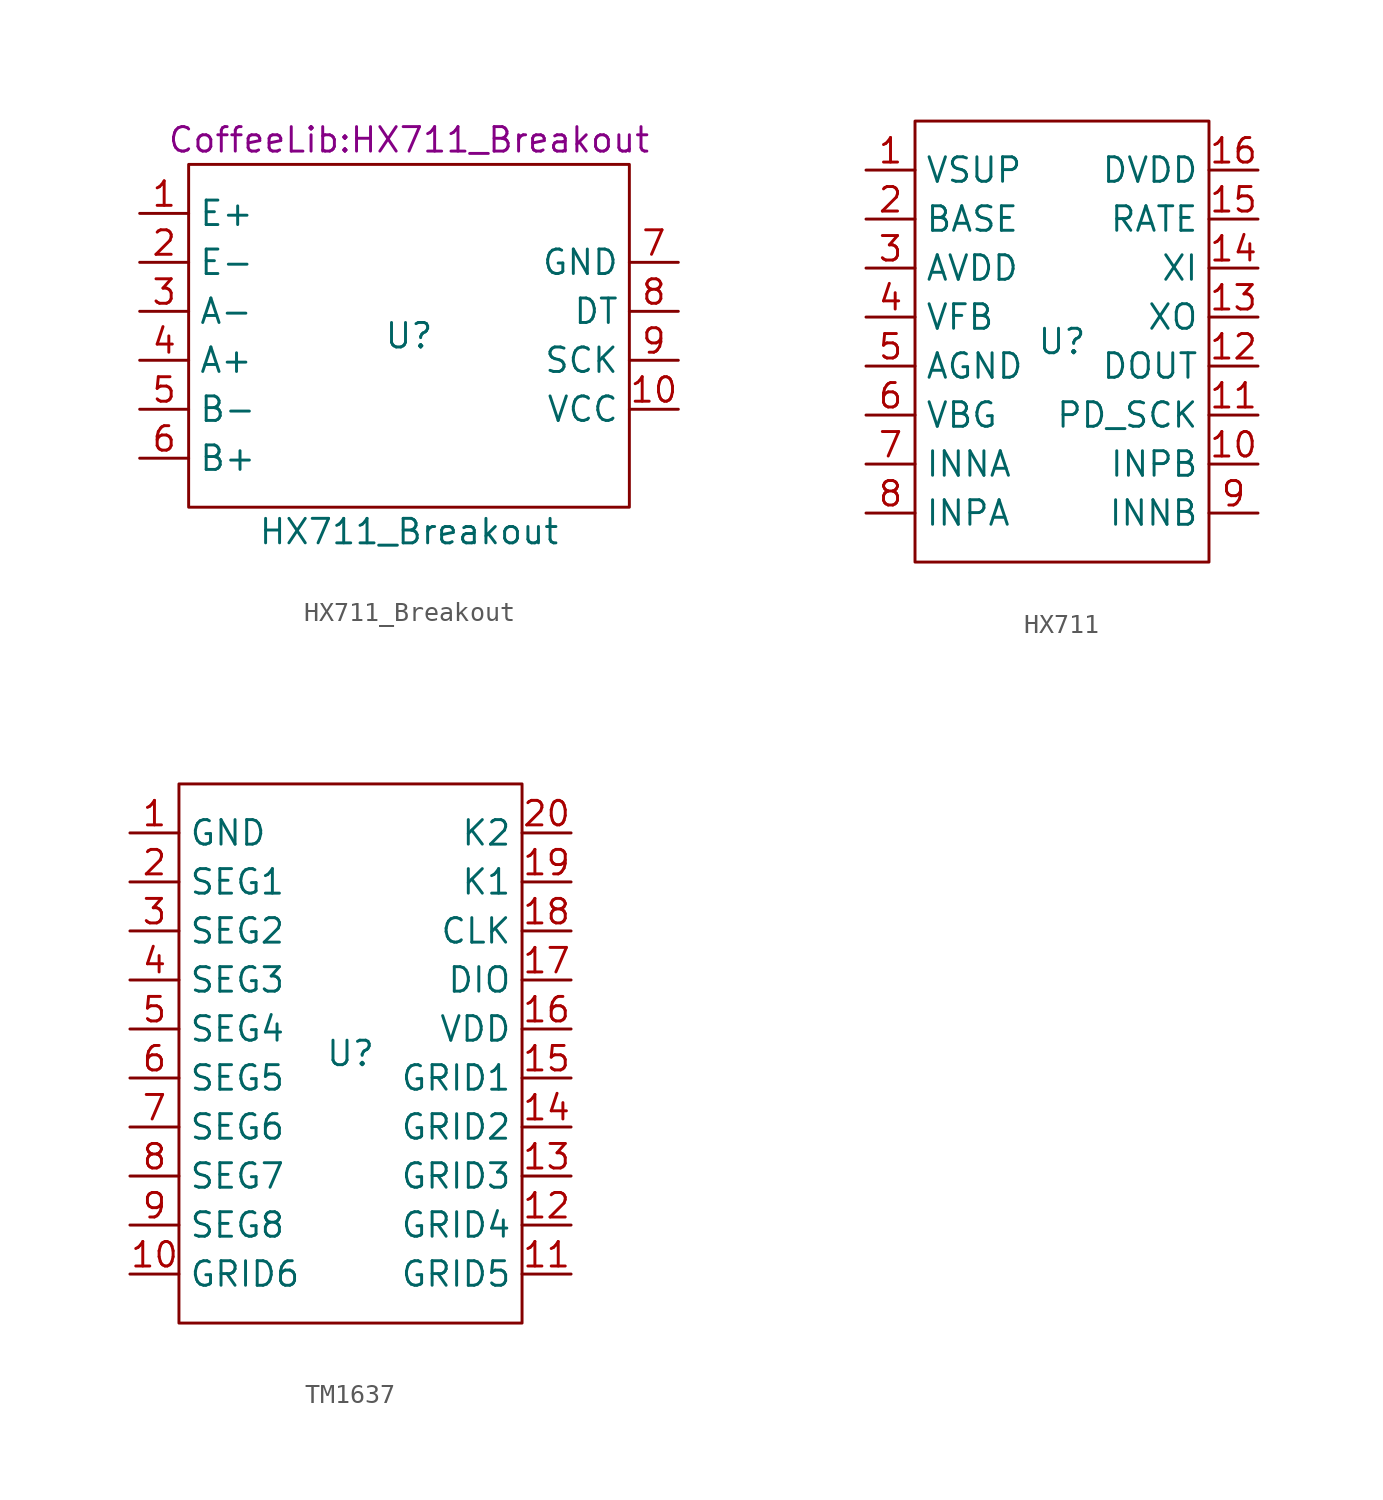
<source format=kicad_sym>
(kicad_symbol_lib
  (version 20231120)
  (generator "kicad_symbol_editor")
  (generator_version "8.0")
  (symbol "HX711_Breakout"
    (property "Reference" "U"
      (at 0 0 0)
      (effects (font (size 1.27 1.27))))
    (property "Value" "HX711_Breakout"
      (at 0 -10.16 0)
      (effects (font (size 1.27 1.27))))
    (property "Footprint" "CoffeeLib:HX711_Breakout"
      (at 0 10.16 0)
      (effects (font (size 1.27 1.27))))
    (symbol "HX711_Breakout_0_1"
      (rectangle (start -11.43 8.89) (end 11.43 -8.89) (stroke (width 0) (type default)) (fill (type none))))
    (symbol "HX711_Breakout_1_1"
      (pin power_out line (at -13.97 6.35 0) (length 2.54) (name "E+" (effects (font (size 1.27 1.27)))) (number "1" (effects (font (size 1.27 1.27)))))
      (pin power_in line (at 13.97 -3.81 180) (length 2.54) (name "VCC" (effects (font (size 1.27 1.27)))) (number "10" (effects (font (size 1.27 1.27)))))
      (pin power_out line (at -13.97 3.81 0) (length 2.54) (name "E-" (effects (font (size 1.27 1.27)))) (number "2" (effects (font (size 1.27 1.27)))))
      (pin input line (at -13.97 1.27 0) (length 2.54) (name "A-" (effects (font (size 1.27 1.27)))) (number "3" (effects (font (size 1.27 1.27)))))
      (pin input line (at -13.97 -1.27 0) (length 2.54) (name "A+" (effects (font (size 1.27 1.27)))) (number "4" (effects (font (size 1.27 1.27)))))
      (pin input line (at -13.97 -3.81 0) (length 2.54) (name "B-" (effects (font (size 1.27 1.27)))) (number "5" (effects (font (size 1.27 1.27)))))
      (pin input line (at -13.97 -6.35 0) (length 2.54) (name "B+" (effects (font (size 1.27 1.27)))) (number "6" (effects (font (size 1.27 1.27)))))
      (pin power_in line (at 13.97 3.81 180) (length 2.54) (name "GND" (effects (font (size 1.27 1.27)))) (number "7" (effects (font (size 1.27 1.27)))))
      (pin bidirectional line (at 13.97 1.27 180) (length 2.54) (name "DT" (effects (font (size 1.27 1.27)))) (number "8" (effects (font (size 1.27 1.27)))))
      (pin input line (at 13.97 -1.27 180) (length 2.54) (name "SCK" (effects (font (size 1.27 1.27)))) (number "9" (effects (font (size 1.27 1.27)))))))
  (symbol "HX711"
    (property "Reference" "U"
      (at 0 0 0)
      (effects (font (size 1.27 1.27))))
    (property "Value" ""
      (at 0 0 0)
      (effects (font (size 1.27 1.27))))
    (symbol "HX711_0_1"
      (rectangle (start -7.62 11.43) (end 7.62 -11.43) (stroke (width 0) (type default)) (fill (type none))))
    (symbol "HX711_1_1"
      (pin power_in line (at -10.16 8.89 0) (length 2.54) (name "VSUP" (effects (font (size 1.27 1.27)))) (number "1" (effects (font (size 1.27 1.27)))))
      (pin input line (at 10.16 -6.35 180) (length 2.54) (name "INPB" (effects (font (size 1.27 1.27)))) (number "10" (effects (font (size 1.27 1.27)))))
      (pin input line (at 10.16 -3.81 180) (length 2.54) (name "PD_SCK" (effects (font (size 1.27 1.27)))) (number "11" (effects (font (size 1.27 1.27)))))
      (pin output line (at 10.16 -1.27 180) (length 2.54) (name "DOUT" (effects (font (size 1.27 1.27)))) (number "12" (effects (font (size 1.27 1.27)))))
      (pin bidirectional line (at 10.16 1.27 180) (length 2.54) (name "XO" (effects (font (size 1.27 1.27)))) (number "13" (effects (font (size 1.27 1.27)))))
      (pin input line (at 10.16 3.81 180) (length 2.54) (name "XI" (effects (font (size 1.27 1.27)))) (number "14" (effects (font (size 1.27 1.27)))))
      (pin input line (at 10.16 6.35 180) (length 2.54) (name "RATE" (effects (font (size 1.27 1.27)))) (number "15" (effects (font (size 1.27 1.27)))))
      (pin power_in line (at 10.16 8.89 180) (length 2.54) (name "DVDD" (effects (font (size 1.27 1.27)))) (number "16" (effects (font (size 1.27 1.27)))))
      (pin output line (at -10.16 6.35 0) (length 2.54) (name "BASE" (effects (font (size 1.27 1.27)))) (number "2" (effects (font (size 1.27 1.27)))))
      (pin power_out line (at -10.16 3.81 0) (length 2.54) (name "AVDD" (effects (font (size 1.27 1.27)))) (number "3" (effects (font (size 1.27 1.27)))))
      (pin input line (at -10.16 1.27 0) (length 2.54) (name "VFB" (effects (font (size 1.27 1.27)))) (number "4" (effects (font (size 1.27 1.27)))))
      (pin power_out line (at -10.16 -1.27 0) (length 2.54) (name "AGND" (effects (font (size 1.27 1.27)))) (number "5" (effects (font (size 1.27 1.27)))))
      (pin input line (at -10.16 -3.81 0) (length 2.54) (name "VBG" (effects (font (size 1.27 1.27)))) (number "6" (effects (font (size 1.27 1.27)))))
      (pin input line (at -10.16 -6.35 0) (length 2.54) (name "INNA" (effects (font (size 1.27 1.27)))) (number "7" (effects (font (size 1.27 1.27)))))
      (pin input line (at -10.16 -8.89 0) (length 2.54) (name "INPA" (effects (font (size 1.27 1.27)))) (number "8" (effects (font (size 1.27 1.27)))))
      (pin input line (at 10.16 -8.89 180) (length 2.54) (name "INNB" (effects (font (size 1.27 1.27)))) (number "9" (effects (font (size 1.27 1.27)))))))
  (symbol "TM1637"
    (property "Reference" "U"
      (at 0 0 0)
      (effects (font (size 1.27 1.27))))
    (property "Value" ""
      (at 0 0 0)
      (effects (font (size 1.27 1.27))))
    (symbol "TM1637_0_1"
      (rectangle (start -8.89 13.97) (end 8.89 -13.97) (stroke (width 0) (type default)) (fill (type none))))
    (symbol "TM1637_1_1"
      (pin power_in line (at -11.43 11.43 0) (length 2.54) (name "GND" (effects (font (size 1.27 1.27)))) (number "1" (effects (font (size 1.27 1.27)))))
      (pin output line (at -11.43 -11.43 0) (length 2.54) (name "GRID6" (effects (font (size 1.27 1.27)))) (number "10" (effects (font (size 1.27 1.27)))))
      (pin output line (at 11.43 -11.43 180) (length 2.54) (name "GRID5" (effects (font (size 1.27 1.27)))) (number "11" (effects (font (size 1.27 1.27)))))
      (pin output line (at 11.43 -8.89 180) (length 2.54) (name "GRID4" (effects (font (size 1.27 1.27)))) (number "12" (effects (font (size 1.27 1.27)))))
      (pin output line (at 11.43 -6.35 180) (length 2.54) (name "GRID3" (effects (font (size 1.27 1.27)))) (number "13" (effects (font (size 1.27 1.27)))))
      (pin output line (at 11.43 -3.81 180) (length 2.54) (name "GRID2" (effects (font (size 1.27 1.27)))) (number "14" (effects (font (size 1.27 1.27)))))
      (pin output line (at 11.43 -1.27 180) (length 2.54) (name "GRID1" (effects (font (size 1.27 1.27)))) (number "15" (effects (font (size 1.27 1.27)))))
      (pin power_in line (at 11.43 1.27 180) (length 2.54) (name "VDD" (effects (font (size 1.27 1.27)))) (number "16" (effects (font (size 1.27 1.27)))))
      (pin bidirectional line (at 11.43 3.81 180) (length 2.54) (name "DIO" (effects (font (size 1.27 1.27)))) (number "17" (effects (font (size 1.27 1.27)))))
      (pin bidirectional line (at 11.43 6.35 180) (length 2.54) (name "CLK" (effects (font (size 1.27 1.27)))) (number "18" (effects (font (size 1.27 1.27)))))
      (pin input line (at 11.43 8.89 180) (length 2.54) (name "K1" (effects (font (size 1.27 1.27)))) (number "19" (effects (font (size 1.27 1.27)))))
      (pin output line (at -11.43 8.89 0) (length 2.54) (name "SEG1" (effects (font (size 1.27 1.27)))) (number "2" (effects (font (size 1.27 1.27)))))
      (pin input line (at 11.43 11.43 180) (length 2.54) (name "K2" (effects (font (size 1.27 1.27)))) (number "20" (effects (font (size 1.27 1.27)))))
      (pin output line (at -11.43 6.35 0) (length 2.54) (name "SEG2" (effects (font (size 1.27 1.27)))) (number "3" (effects (font (size 1.27 1.27)))))
      (pin output line (at -11.43 3.81 0) (length 2.54) (name "SEG3" (effects (font (size 1.27 1.27)))) (number "4" (effects (font (size 1.27 1.27)))))
      (pin output line (at -11.43 1.27 0) (length 2.54) (name "SEG4" (effects (font (size 1.27 1.27)))) (number "5" (effects (font (size 1.27 1.27)))))
      (pin output line (at -11.43 -1.27 0) (length 2.54) (name "SEG5" (effects (font (size 1.27 1.27)))) (number "6" (effects (font (size 1.27 1.27)))))
      (pin output line (at -11.43 -3.81 0) (length 2.54) (name "SEG6" (effects (font (size 1.27 1.27)))) (number "7" (effects (font (size 1.27 1.27)))))
      (pin output line (at -11.43 -6.35 0) (length 2.54) (name "SEG7" (effects (font (size 1.27 1.27)))) (number "8" (effects (font (size 1.27 1.27)))))
      (pin output line (at -11.43 -8.89 0) (length 2.54) (name "SEG8" (effects (font (size 1.27 1.27)))) (number "9" (effects (font (size 1.27 1.27))))))))
</source>
